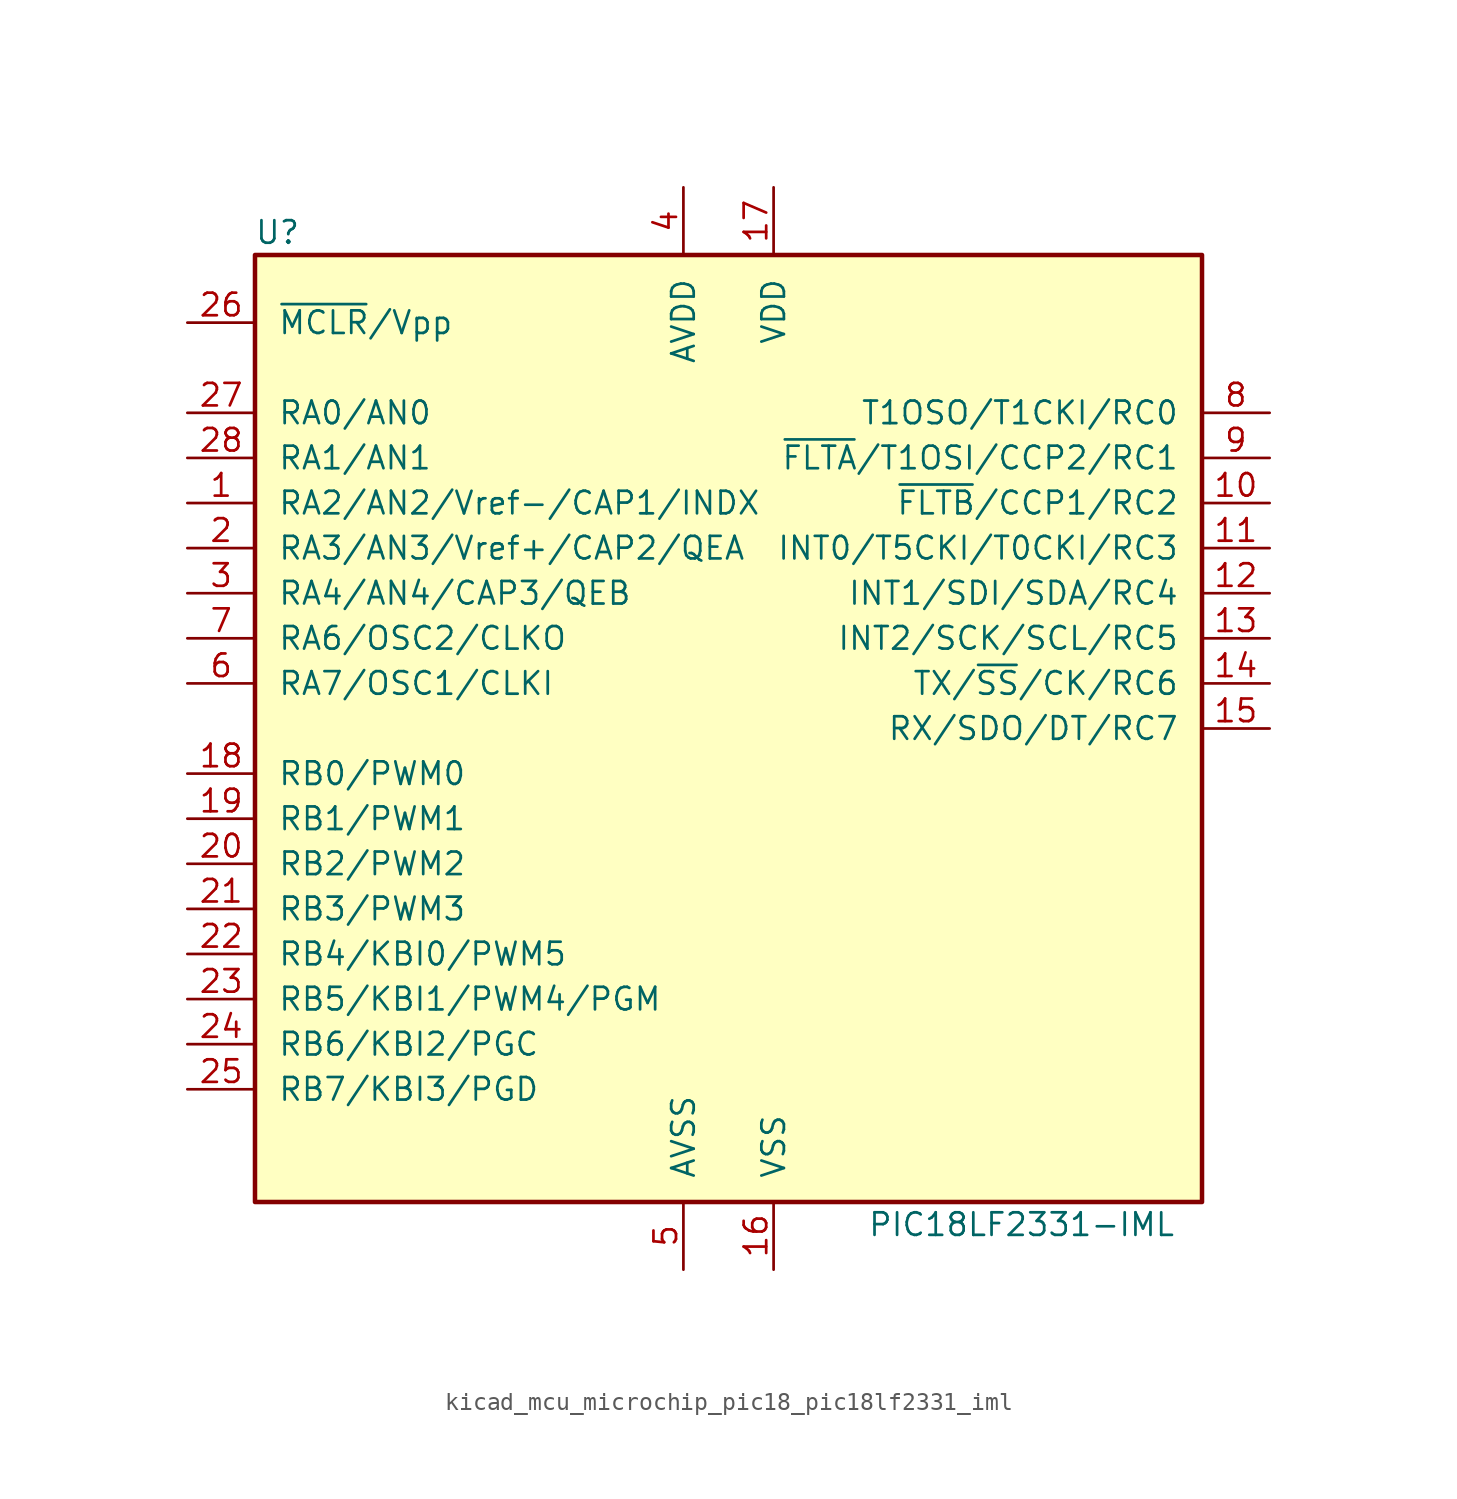
<source format=kicad_sym>
(kicad_symbol_lib
  (version 20220914)
  (generator kicad_symbol_editor)
  (symbol "kicad_mcu_microchip_pic18_pic18lf2331_iml"
    (pin_names
      (offset 1.27))
    (property "Reference" "U"
      (at -25.4 27.94 0)
      (effects (font (size 1.27 1.27))))
    (property "Value" "PIC18LF2331-IML"
      (at 16.51 -27.94 0)
      (effects (font (size 1.27 1.27))))
    (symbol "kicad_mcu_microchip_pic18_pic18lf2331_iml_0_1"
      (rectangle (start -26.67 26.67) (end 26.67 -26.67) (stroke (width 0.254) (type default)) (fill (type background))))
    (symbol "kicad_mcu_microchip_pic18_pic18lf2331_iml_1_1"
      (pin bidirectional line (at -30.48 12.7 0) (length 3.81) (name "RA2/AN2/Vref-/CAP1/INDX" (effects (font (size 1.27 1.27)))) (number "1" (effects (font (size 1.27 1.27)))))
      (pin bidirectional line (at 30.48 12.7 180) (length 3.81) (name "~{FLTB}/CCP1/RC2" (effects (font (size 1.27 1.27)))) (number "10" (effects (font (size 1.27 1.27)))))
      (pin bidirectional line (at 30.48 10.16 180) (length 3.81) (name "INT0/T5CKI/T0CKI/RC3" (effects (font (size 1.27 1.27)))) (number "11" (effects (font (size 1.27 1.27)))))
      (pin bidirectional line (at 30.48 7.62 180) (length 3.81) (name "INT1/SDI/SDA/RC4" (effects (font (size 1.27 1.27)))) (number "12" (effects (font (size 1.27 1.27)))))
      (pin bidirectional line (at 30.48 5.08 180) (length 3.81) (name "INT2/SCK/SCL/RC5" (effects (font (size 1.27 1.27)))) (number "13" (effects (font (size 1.27 1.27)))))
      (pin bidirectional line (at 30.48 2.54 180) (length 3.81) (name "TX/~{SS}/CK/RC6" (effects (font (size 1.27 1.27)))) (number "14" (effects (font (size 1.27 1.27)))))
      (pin bidirectional line (at 30.48 0 180) (length 3.81) (name "RX/SDO/DT/RC7" (effects (font (size 1.27 1.27)))) (number "15" (effects (font (size 1.27 1.27)))))
      (pin power_in line (at 2.54 -30.48 90) (length 3.81) (name "VSS" (effects (font (size 1.27 1.27)))) (number "16" (effects (font (size 1.27 1.27)))))
      (pin power_in line (at 2.54 30.48 270) (length 3.81) (name "VDD" (effects (font (size 1.27 1.27)))) (number "17" (effects (font (size 1.27 1.27)))))
      (pin bidirectional line (at -30.48 -2.54 0) (length 3.81) (name "RB0/PWM0" (effects (font (size 1.27 1.27)))) (number "18" (effects (font (size 1.27 1.27)))))
      (pin bidirectional line (at -30.48 -5.08 0) (length 3.81) (name "RB1/PWM1" (effects (font (size 1.27 1.27)))) (number "19" (effects (font (size 1.27 1.27)))))
      (pin bidirectional line (at -30.48 10.16 0) (length 3.81) (name "RA3/AN3/Vref+/CAP2/QEA" (effects (font (size 1.27 1.27)))) (number "2" (effects (font (size 1.27 1.27)))))
      (pin bidirectional line (at -30.48 -7.62 0) (length 3.81) (name "RB2/PWM2" (effects (font (size 1.27 1.27)))) (number "20" (effects (font (size 1.27 1.27)))))
      (pin bidirectional line (at -30.48 -10.16 0) (length 3.81) (name "RB3/PWM3" (effects (font (size 1.27 1.27)))) (number "21" (effects (font (size 1.27 1.27)))))
      (pin bidirectional line (at -30.48 -12.7 0) (length 3.81) (name "RB4/KBI0/PWM5" (effects (font (size 1.27 1.27)))) (number "22" (effects (font (size 1.27 1.27)))))
      (pin bidirectional line (at -30.48 -15.24 0) (length 3.81) (name "RB5/KBI1/PWM4/PGM" (effects (font (size 1.27 1.27)))) (number "23" (effects (font (size 1.27 1.27)))))
      (pin bidirectional line (at -30.48 -17.78 0) (length 3.81) (name "RB6/KBI2/PGC" (effects (font (size 1.27 1.27)))) (number "24" (effects (font (size 1.27 1.27)))))
      (pin bidirectional line (at -30.48 -20.32 0) (length 3.81) (name "RB7/KBI3/PGD" (effects (font (size 1.27 1.27)))) (number "25" (effects (font (size 1.27 1.27)))))
      (pin input line (at -30.48 22.86 0) (length 3.81) (name "~{MCLR}/Vpp" (effects (font (size 1.27 1.27)))) (number "26" (effects (font (size 1.27 1.27)))))
      (pin bidirectional line (at -30.48 17.78 0) (length 3.81) (name "RA0/AN0" (effects (font (size 1.27 1.27)))) (number "27" (effects (font (size 1.27 1.27)))))
      (pin bidirectional line (at -30.48 15.24 0) (length 3.81) (name "RA1/AN1" (effects (font (size 1.27 1.27)))) (number "28" (effects (font (size 1.27 1.27)))))
      (pin bidirectional line (at -30.48 7.62 0) (length 3.81) (name "RA4/AN4/CAP3/QEB" (effects (font (size 1.27 1.27)))) (number "3" (effects (font (size 1.27 1.27)))))
      (pin power_in line (at -2.54 30.48 270) (length 3.81) (name "AVDD" (effects (font (size 1.27 1.27)))) (number "4" (effects (font (size 1.27 1.27)))))
      (pin power_in line (at -2.54 -30.48 90) (length 3.81) (name "AVSS" (effects (font (size 1.27 1.27)))) (number "5" (effects (font (size 1.27 1.27)))))
      (pin bidirectional line (at -30.48 2.54 0) (length 3.81) (name "RA7/OSC1/CLKI" (effects (font (size 1.27 1.27)))) (number "6" (effects (font (size 1.27 1.27)))))
      (pin bidirectional line (at -30.48 5.08 0) (length 3.81) (name "RA6/OSC2/CLKO" (effects (font (size 1.27 1.27)))) (number "7" (effects (font (size 1.27 1.27)))))
      (pin bidirectional line (at 30.48 17.78 180) (length 3.81) (name "T1OSO/T1CKI/RC0" (effects (font (size 1.27 1.27)))) (number "8" (effects (font (size 1.27 1.27)))))
      (pin bidirectional line (at 30.48 15.24 180) (length 3.81) (name "~{FLTA}/T1OSI/CCP2/RC1" (effects (font (size 1.27 1.27)))) (number "9" (effects (font (size 1.27 1.27))))))))
</source>
